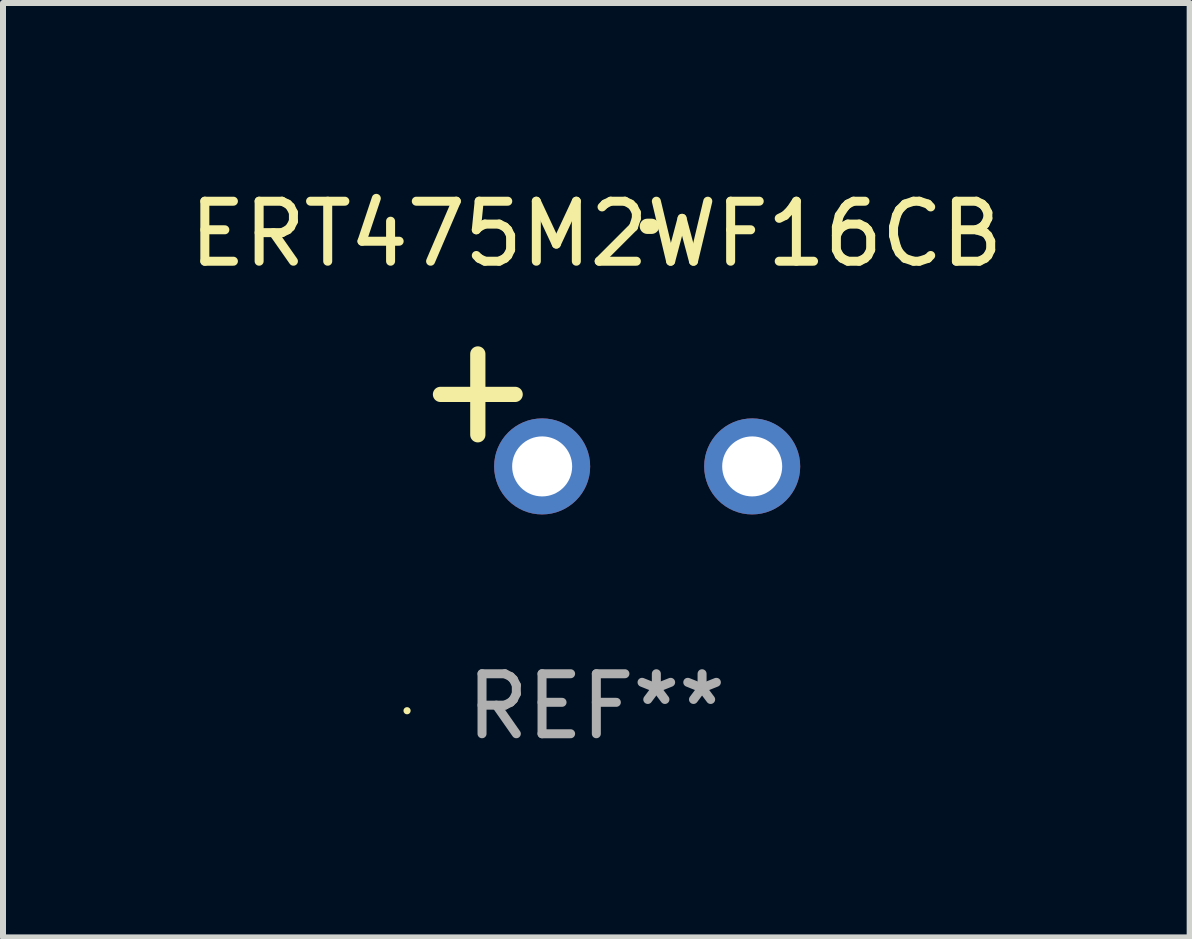
<source format=kicad_pcb>
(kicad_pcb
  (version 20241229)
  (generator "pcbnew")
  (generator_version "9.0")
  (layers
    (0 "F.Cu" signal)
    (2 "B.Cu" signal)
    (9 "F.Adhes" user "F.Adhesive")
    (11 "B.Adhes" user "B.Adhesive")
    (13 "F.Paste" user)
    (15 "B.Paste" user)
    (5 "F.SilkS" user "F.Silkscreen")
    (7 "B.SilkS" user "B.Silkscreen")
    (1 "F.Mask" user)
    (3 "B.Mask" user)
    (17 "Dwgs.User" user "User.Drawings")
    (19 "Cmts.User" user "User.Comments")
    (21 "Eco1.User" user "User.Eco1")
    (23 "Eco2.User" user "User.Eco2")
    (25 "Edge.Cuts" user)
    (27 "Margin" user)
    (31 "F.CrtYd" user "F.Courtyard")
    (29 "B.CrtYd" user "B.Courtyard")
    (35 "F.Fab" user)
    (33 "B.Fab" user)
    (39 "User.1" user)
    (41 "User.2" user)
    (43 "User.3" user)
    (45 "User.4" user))
  (footprint "ERT475M2WF16CB"
    (layer "F.Cu")
    (at 6.887 3.785)
    (property "Reference" "ERT475M2WF16CB" (at 0 -2.937 0) (layer "F.SilkS") (effects (font (size 1 1) (thickness 0.15))))
    (attr through_hole)
    (fp_line (start -1.975 0.41) (end -1.975 -0.937) (stroke (width 0.254) (type solid)) (layer "F.SilkS"))
    (fp_line (start -1.353 -0.263) (end -2.597 -0.263) (stroke (width 0.254) (type solid)) (layer "F.SilkS"))
    (fp_arc (start 0.849809 -3.063957) (mid 0.885369 -3.064114) (end 0.920929 -3.063957) (stroke (width 0.254001) (type solid)) (layer "F.SilkS"))
    (fp_circle (center -3.154 5.008) (end -3.124 5.008) (stroke (width 0.06) (type solid)) (fill no) (layer "F.SilkS"))
    (fp_text user "REF**" (at 0 4.937 0) (layer "F.Fab") (effects (font (size 1 1) (thickness 0.15))))
    (pad "1" thru_hole circle (at -0.903 0.937) (size 1.6 1.6) (drill 1) (layers "*.Cu" "*.Mask"))
    (pad "2" thru_hole circle (at 2.597 0.937) (size 1.6 1.6) (drill 1) (layers "*.Cu" "*.Mask")))
  (gr_rect
    (start -3 -3)
    (end 16.774 12.57)
    (stroke (width 0.1) (type default))
    (fill no)
    (layer "Edge.Cuts")))
</source>
